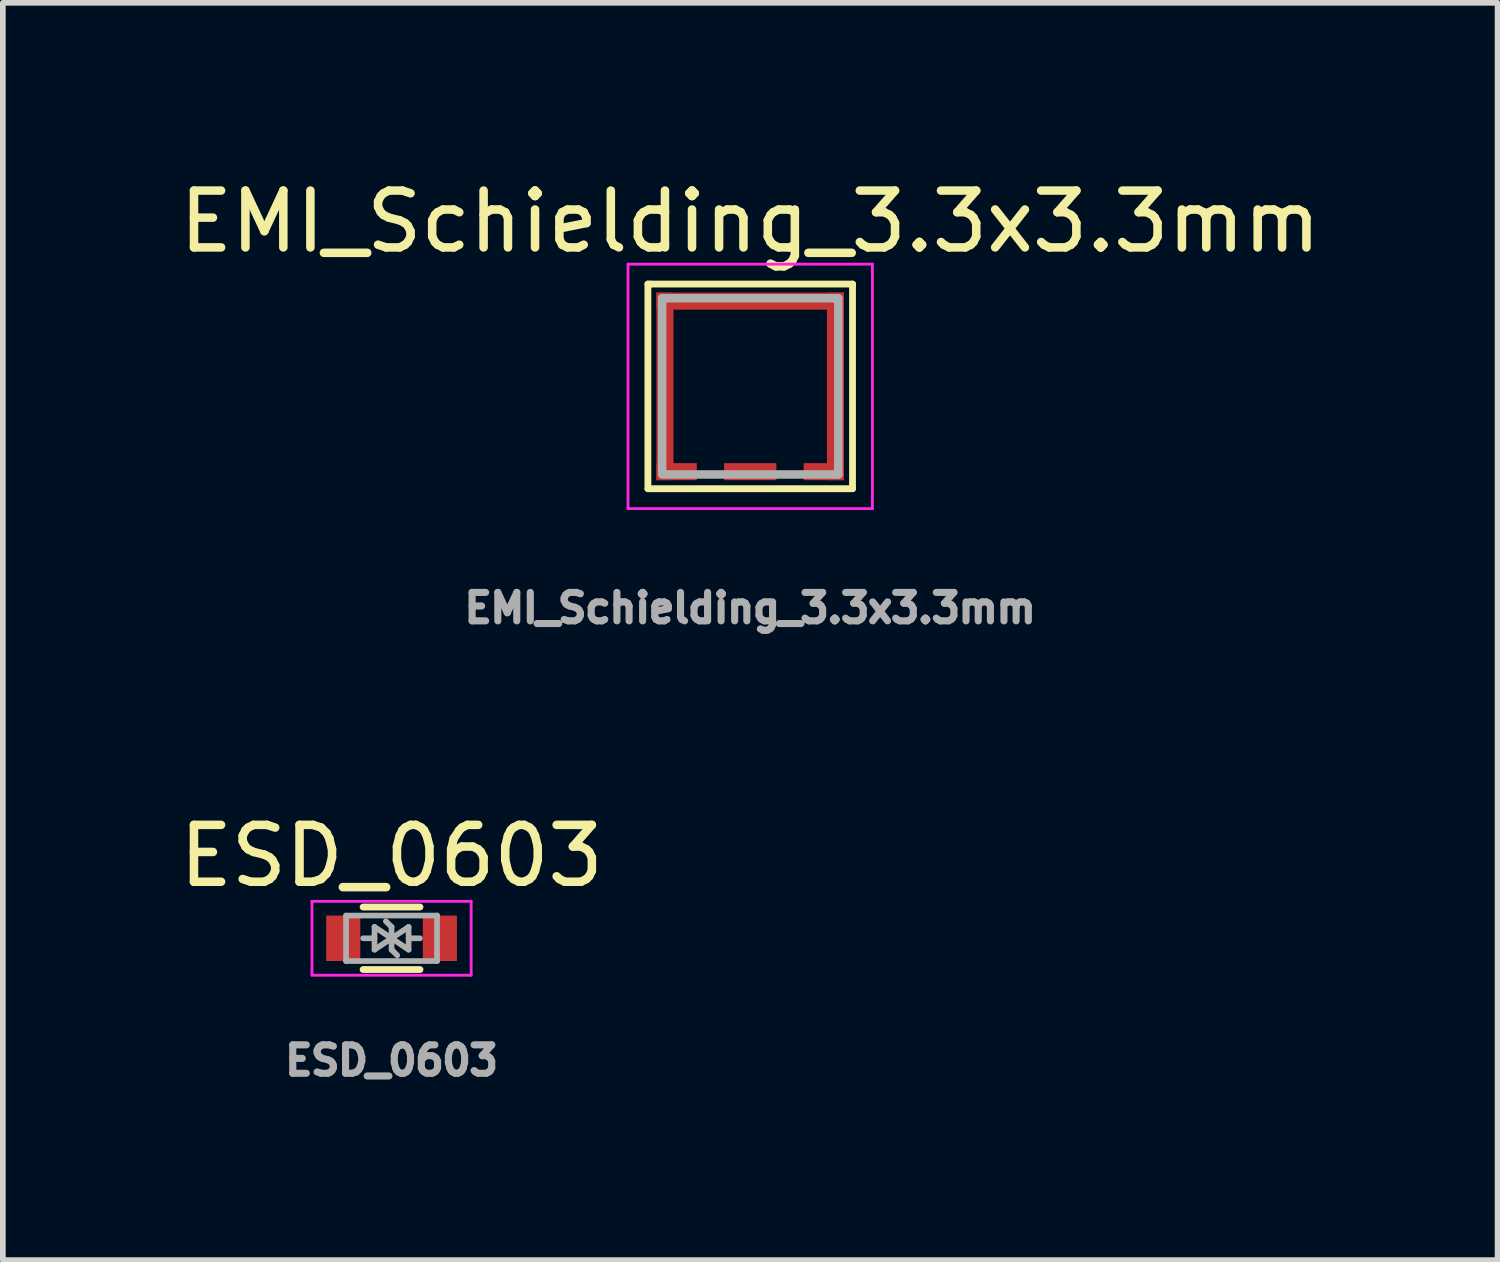
<source format=kicad_pcb>
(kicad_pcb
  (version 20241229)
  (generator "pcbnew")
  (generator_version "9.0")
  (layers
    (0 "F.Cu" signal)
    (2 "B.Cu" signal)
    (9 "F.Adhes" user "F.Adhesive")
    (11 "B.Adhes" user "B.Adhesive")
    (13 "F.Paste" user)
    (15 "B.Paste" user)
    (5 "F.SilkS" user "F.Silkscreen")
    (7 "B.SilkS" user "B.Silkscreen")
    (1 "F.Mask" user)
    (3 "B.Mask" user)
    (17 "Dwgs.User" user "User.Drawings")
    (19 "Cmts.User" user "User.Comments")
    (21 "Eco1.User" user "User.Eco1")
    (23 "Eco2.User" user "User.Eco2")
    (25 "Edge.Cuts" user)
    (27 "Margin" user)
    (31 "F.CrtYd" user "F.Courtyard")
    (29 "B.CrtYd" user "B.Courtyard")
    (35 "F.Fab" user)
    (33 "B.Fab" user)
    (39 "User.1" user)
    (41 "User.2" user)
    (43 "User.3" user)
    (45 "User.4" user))
  (footprint "EMI_Schielding_3.3x3.3mm"
    (layer "F.Cu")
    (at 10.149 3.748)
    (property "Reference" "EMI_Schielding_3.3x3.3mm" (at 0 -2.9 0) (layer "F.SilkS") (effects (font (size 1 1) (thickness 0.15))))
    (attr smd)
    (fp_line (start -1.8 -1.8) (end -1.8 1.8) (stroke (width 0.12) (type solid)) (layer "F.SilkS"))
    (fp_line (start -1.8 1.8) (end 1.8 1.8) (stroke (width 0.12) (type solid)) (layer "F.SilkS"))
    (fp_line (start -1.75 -1.8) (end -1.8 -1.8) (stroke (width 0.12) (type solid)) (layer "F.SilkS"))
    (fp_line (start 1.8 -1.8) (end -1.75 -1.8) (stroke (width 0.12) (type solid)) (layer "F.SilkS"))
    (fp_line (start 1.8 -1.75) (end 1.8 -1.8) (stroke (width 0.12) (type solid)) (layer "F.SilkS"))
    (fp_line (start 1.8 1.8) (end 1.8 -1.75) (stroke (width 0.12) (type solid)) (layer "F.SilkS"))
    (fp_line (start -2.15 -2.15) (end -2.15 2.15) (stroke (width 0.05) (type solid)) (layer "F.CrtYd"))
    (fp_line (start -2.15 2.15) (end 2.15 2.15) (stroke (width 0.05) (type solid)) (layer "F.CrtYd"))
    (fp_line (start 2.15 -2.15) (end -2.15 -2.15) (stroke (width 0.05) (type solid)) (layer "F.CrtYd"))
    (fp_line (start 2.15 2.15) (end 2.15 -2.15) (stroke (width 0.05) (type solid)) (layer "F.CrtYd"))
    (fp_line (start -1.55 -1.55) (end -1.55 1.55) (stroke (width 0.15) (type solid)) (layer "F.Fab"))
    (fp_line (start -1.5 1.55) (end 1.55 1.55) (stroke (width 0.15) (type solid)) (layer "F.Fab"))
    (fp_line (start 1.55 -1.55) (end -1.55 -1.55) (stroke (width 0.15) (type solid)) (layer "F.Fab"))
    (fp_line (start 1.55 1.55) (end 1.55 -1.55) (stroke (width 0.15) (type solid)) (layer "F.Fab"))
    (fp_text user "${REFERENCE}" (at 0 3.9 0) (layer "F.Fab") (effects (font (size 0.5 0.5) (thickness 0.125))))
    (pad "1" smd rect (at -1.5 0) (size 0.3 3.3) (layers "F.Cu" "F.Mask" "F.Paste"))
    (pad "1" smd rect (at -1.295 1.5) (size 0.71 0.3) (layers "F.Cu" "F.Mask" "F.Paste"))
    (pad "1" smd rect (at 0 -1.5) (size 3.3 0.3) (layers "F.Cu" "F.Mask" "F.Paste"))
    (pad "1" smd rect (at 0 1.5) (size 0.92 0.3) (layers "F.Cu" "F.Mask" "F.Paste"))
    (pad "1" smd rect (at 1.295 1.5) (size 0.71 0.3) (layers "F.Cu" "F.Mask" "F.Paste"))
    (pad "1" smd rect (at 1.5 0) (size 0.3 3.3) (layers "F.Cu" "F.Mask" "F.Paste")))
  (footprint "ESD_0603"
    (layer "F.Cu")
    (at 3.839 13.458)
    (property "Reference" "ESD_0603" (at 0 -1.45 0) (layer "F.SilkS") (effects (font (size 1 1) (thickness 0.15))))
    (attr smd)
    (fp_line (start -0.5 -0.55) (end 0.5 -0.55) (stroke (width 0.12) (type solid)) (layer "F.SilkS"))
    (fp_line (start -0.5 0.55) (end 0.5 0.55) (stroke (width 0.12) (type solid)) (layer "F.SilkS"))
    (fp_line (start -1.4 -0.65) (end -1.4 0.65) (stroke (width 0.05) (type solid)) (layer "F.CrtYd"))
    (fp_line (start -1.4 0.65) (end 1.4 0.65) (stroke (width 0.05) (type solid)) (layer "F.CrtYd"))
    (fp_line (start 1.4 -0.65) (end -1.4 -0.65) (stroke (width 0.05) (type solid)) (layer "F.CrtYd"))
    (fp_line (start 1.4 0.65) (end 1.4 -0.65) (stroke (width 0.05) (type solid)) (layer "F.CrtYd"))
    (fp_line (start -0.8 -0.4) (end 0.8 -0.4) (stroke (width 0.1) (type solid)) (layer "F.Fab"))
    (fp_line (start -0.8 0.4) (end -0.8 -0.4) (stroke (width 0.1) (type solid)) (layer "F.Fab"))
    (fp_line (start -0.3 -0.2) (end -0.3 0.2) (stroke (width 0.1) (type solid)) (layer "F.Fab"))
    (fp_line (start -0.3 0) (end -0.5 0) (stroke (width 0.1) (type solid)) (layer "F.Fab"))
    (fp_line (start -0.3 0.2) (end 0 0) (stroke (width 0.1) (type solid)) (layer "F.Fab"))
    (fp_line (start 0 -0.2) (end -0.1 -0.3) (stroke (width 0.1) (type solid)) (layer "F.Fab"))
    (fp_line (start 0 -0.2) (end 0 0.2) (stroke (width 0.1) (type solid)) (layer "F.Fab"))
    (fp_line (start 0 0) (end -0.3 -0.2) (stroke (width 0.1) (type solid)) (layer "F.Fab"))
    (fp_line (start 0 0) (end 0.3 0.2) (stroke (width 0.1) (type solid)) (layer "F.Fab"))
    (fp_line (start 0 0.2) (end 0.1 0.3) (stroke (width 0.1) (type solid)) (layer "F.Fab"))
    (fp_line (start 0.3 -0.2) (end 0 0) (stroke (width 0.1) (type solid)) (layer "F.Fab"))
    (fp_line (start 0.3 0) (end 0.5 0) (stroke (width 0.1) (type solid)) (layer "F.Fab"))
    (fp_line (start 0.3 0.2) (end 0.3 -0.2) (stroke (width 0.1) (type solid)) (layer "F.Fab"))
    (fp_line (start 0.8 -0.4) (end 0.8 0.4) (stroke (width 0.1) (type solid)) (layer "F.Fab"))
    (fp_line (start 0.8 0.4) (end -0.8 0.4) (stroke (width 0.1) (type solid)) (layer "F.Fab"))
    (fp_text user "${REFERENCE}" (at 0 2.15 0) (layer "F.Fab") (effects (font (size 0.5 0.5) (thickness 0.125))))
    (pad "1" smd rect (at -0.85 0) (size 0.6 0.8) (layers "F.Cu" "F.Mask" "F.Paste"))
    (pad "2" smd rect (at 0.85 0) (size 0.6 0.8) (layers "F.Cu" "F.Mask" "F.Paste")))
  (gr_rect
    (start -3 -3)
    (end 23.298 19.12)
    (stroke (width 0.1) (type default))
    (fill no)
    (layer "Edge.Cuts")))
</source>
